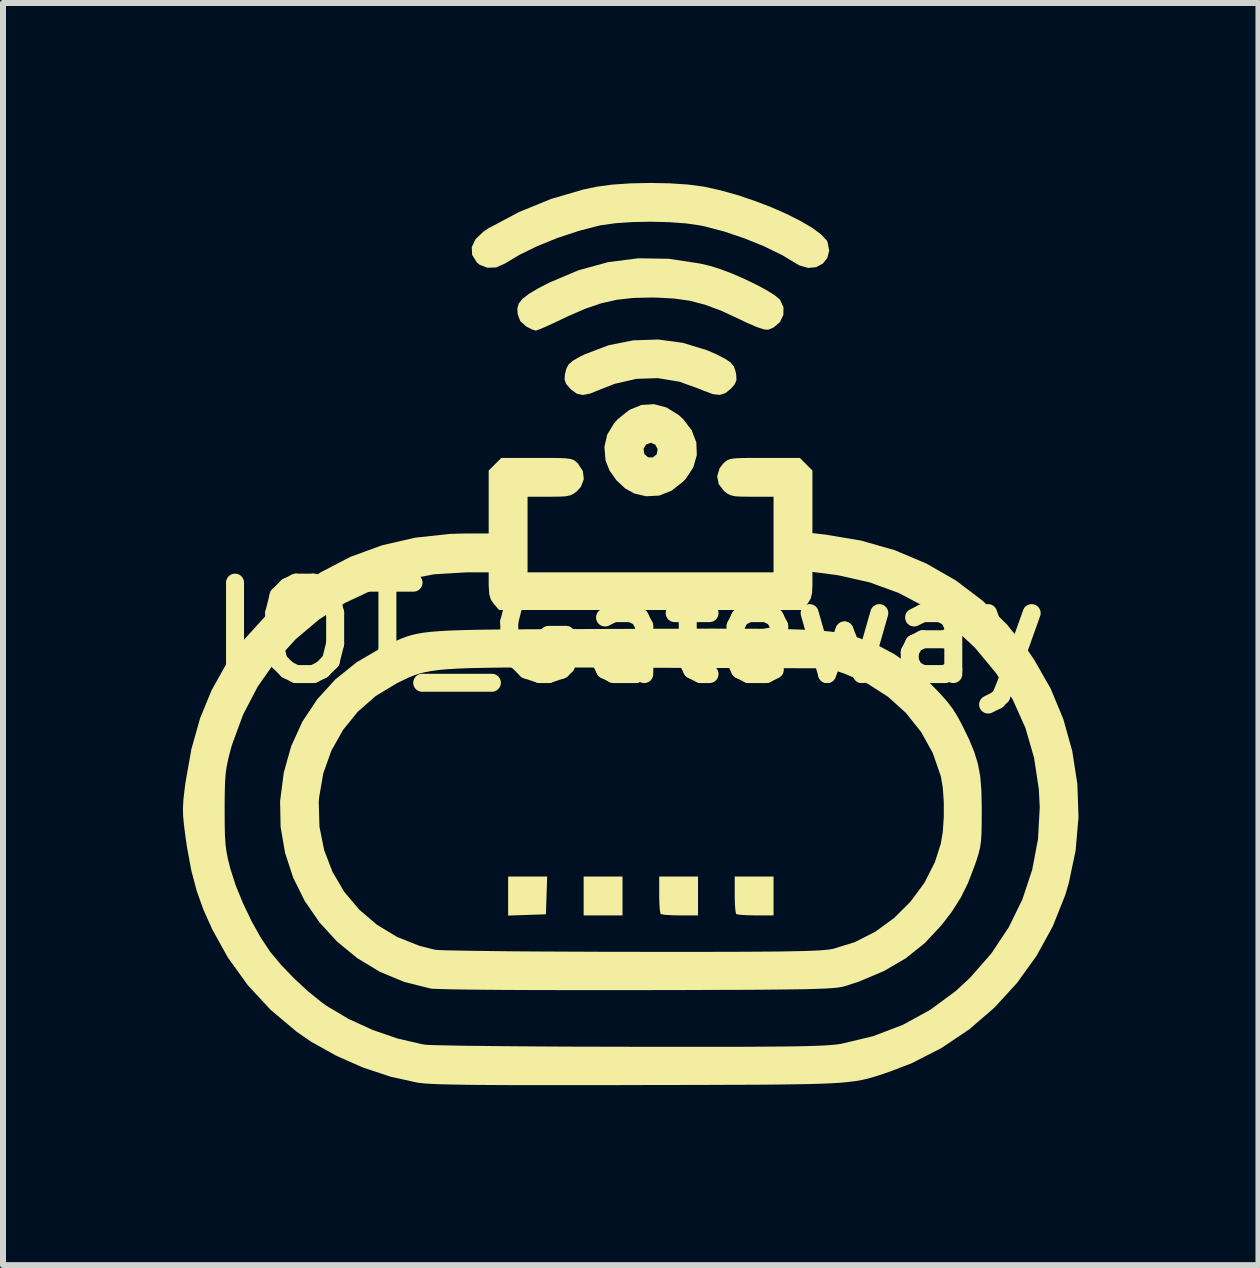
<source format=kicad_pcb>
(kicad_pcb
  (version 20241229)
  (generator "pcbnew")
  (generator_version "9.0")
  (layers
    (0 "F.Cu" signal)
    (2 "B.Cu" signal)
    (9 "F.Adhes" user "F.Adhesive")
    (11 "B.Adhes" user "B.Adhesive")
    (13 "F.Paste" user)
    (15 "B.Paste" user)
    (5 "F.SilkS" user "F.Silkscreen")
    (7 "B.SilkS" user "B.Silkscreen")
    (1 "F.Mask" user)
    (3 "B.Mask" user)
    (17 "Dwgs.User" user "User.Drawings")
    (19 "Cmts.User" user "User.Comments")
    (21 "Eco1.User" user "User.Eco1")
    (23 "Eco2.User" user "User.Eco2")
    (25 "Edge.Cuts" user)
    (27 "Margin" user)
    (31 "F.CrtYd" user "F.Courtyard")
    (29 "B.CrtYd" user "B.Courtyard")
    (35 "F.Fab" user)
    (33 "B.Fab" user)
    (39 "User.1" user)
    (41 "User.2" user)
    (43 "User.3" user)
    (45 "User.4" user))
  (footprint "IOT_Gateway"
    (layer "F.Cu")
    (at 7.436 7.498)
    (property "Reference" "IOT_Gateway" (at 0 0 0) (layer "F.SilkS") (effects (font (size 1.524 1.524) (thickness 0.3))))
    (attr board_only exclude_from_pos_files exclude_from_bom)
    (fp_poly (pts (xy -0.108 4.713) (xy -0.756 4.713) (xy -0.756 4.065) (xy -0.108 4.065)) (stroke (width 0) (type solid)) (fill yes) (layer "F.SilkS"))
    (fp_poly (pts (xy -1.385 4.695) (xy -1.7 4.705) (xy -2.015 4.716) (xy -2.015 4.065) (xy -1.364 4.065)) (stroke (width 0) (type solid)) (fill yes) (layer "F.SilkS"))
    (fp_poly (pts (xy 1.151 4.713) (xy 0.851 4.713) (xy 0.711 4.71) (xy 0.599 4.703) (xy 0.535 4.693) (xy 0.528 4.689) (xy 0.517 4.644) (xy 0.508 4.546) (xy 0.504 4.413) (xy 0.504 4.365) (xy 0.504 4.065) (xy 1.151 4.065)) (stroke (width 0) (type solid)) (fill yes) (layer "F.SilkS"))
    (fp_poly (pts (xy 2.41 4.713) (xy 2.111 4.713) (xy 1.97 4.71) (xy 1.859 4.703) (xy 1.794 4.693) (xy 1.787 4.689) (xy 1.776 4.644) (xy 1.767 4.546) (xy 1.763 4.413) (xy 1.763 4.365) (xy 1.763 4.065) (xy 2.41 4.065)) (stroke (width 0) (type solid)) (fill yes) (layer "F.SilkS"))
    (fp_poly (pts (xy 0.9 -4.832) (xy 1.303 -4.709) (xy 1.454 -4.643) (xy 1.6 -4.568) (xy 1.693 -4.506) (xy 1.748 -4.44) (xy 1.777 -4.356) (xy 1.787 -4.304) (xy 1.792 -4.212) (xy 1.762 -4.14) (xy 1.698 -4.067) (xy 1.607 -3.994) (xy 1.514 -3.964) (xy 1.4 -3.977) (xy 1.25 -4.032) (xy 1.206 -4.052) (xy 0.843 -4.184) (xy 0.482 -4.244) (xy 0.123 -4.232) (xy -0.238 -4.149) (xy -0.487 -4.052) (xy -0.649 -3.986) (xy -0.77 -3.963) (xy -0.866 -3.983) (xy -0.956 -4.046) (xy -0.979 -4.067) (xy -1.049 -4.149) (xy -1.074 -4.222) (xy -1.068 -4.304) (xy -1.045 -4.401) (xy -1.005 -4.474) (xy -0.932 -4.537) (xy -0.814 -4.604) (xy -0.734 -4.643) (xy -0.338 -4.793) (xy 0.072 -4.874) (xy 0.487 -4.888)) (stroke (width 0) (type solid)) (fill yes) (layer "F.SilkS"))
    (fp_poly (pts (xy 0.625 -3.755) (xy 0.826 -3.631) (xy 0.904 -3.56) (xy 1.047 -3.373) (xy 1.123 -3.17) (xy 1.131 -2.961) (xy 1.072 -2.756) (xy 0.946 -2.565) (xy 0.904 -2.521) (xy 0.71 -2.368) (xy 0.504 -2.286) (xy 0.285 -2.275) (xy 0.09 -2.32) (xy -0.065 -2.406) (xy -0.209 -2.541) (xy -0.324 -2.702) (xy -0.39 -2.868) (xy -0.391 -2.87) (xy -0.407 -3.065) (xy 0.243 -3.065) (xy 0.255 -2.98) (xy 0.256 -2.978) (xy 0.319 -2.924) (xy 0.398 -2.922) (xy 0.462 -2.974) (xy 0.463 -2.976) (xy 0.477 -3.06) (xy 0.44 -3.133) (xy 0.366 -3.166) (xy 0.36 -3.166) (xy 0.283 -3.136) (xy 0.243 -3.065) (xy -0.407 -3.065) (xy -0.41 -3.097) (xy -0.363 -3.302) (xy -0.248 -3.492) (xy -0.185 -3.562) (xy 0.005 -3.714) (xy 0.207 -3.797) (xy 0.417 -3.81)) (stroke (width 0) (type solid)) (fill yes) (layer "F.SilkS"))
    (fp_poly (pts (xy 0.663 -6.234) (xy 1.183 -6.155) (xy 1.349 -6.116) (xy 1.518 -6.063) (xy 1.71 -5.991) (xy 1.911 -5.904) (xy 2.105 -5.811) (xy 2.279 -5.719) (xy 2.418 -5.634) (xy 2.506 -5.564) (xy 2.518 -5.551) (xy 2.576 -5.426) (xy 2.573 -5.296) (xy 2.515 -5.177) (xy 2.409 -5.087) (xy 2.32 -5.051) (xy 2.247 -5.057) (xy 2.122 -5.099) (xy 1.942 -5.178) (xy 1.83 -5.232) (xy 1.532 -5.37) (xy 1.268 -5.468) (xy 1.016 -5.534) (xy 0.752 -5.571) (xy 0.455 -5.587) (xy 0.378 -5.588) (xy 0.071 -5.581) (xy -0.2 -5.551) (xy -0.458 -5.493) (xy -0.724 -5.403) (xy -1.019 -5.275) (xy -1.106 -5.233) (xy -1.264 -5.158) (xy -1.401 -5.096) (xy -1.502 -5.054) (xy -1.554 -5.037) (xy -1.556 -5.037) (xy -1.615 -5.055) (xy -1.7 -5.098) (xy -1.716 -5.107) (xy -1.813 -5.195) (xy -1.855 -5.308) (xy -1.862 -5.403) (xy -1.838 -5.487) (xy -1.776 -5.566) (xy -1.667 -5.65) (xy -1.506 -5.745) (xy -1.329 -5.836) (xy -0.841 -6.043) (xy -0.347 -6.178) (xy 0.154 -6.242)) (stroke (width 0) (type solid)) (fill yes) (layer "F.SilkS"))
    (fp_poly (pts (xy 0.675 -7.492) (xy 0.98 -7.472) (xy 1.239 -7.438) (xy 1.246 -7.437) (xy 1.518 -7.377) (xy 1.802 -7.298) (xy 2.088 -7.202) (xy 2.366 -7.096) (xy 2.626 -6.982) (xy 2.858 -6.865) (xy 3.053 -6.751) (xy 3.201 -6.642) (xy 3.293 -6.544) (xy 3.31 -6.513) (xy 3.338 -6.37) (xy 3.307 -6.248) (xy 3.231 -6.153) (xy 3.12 -6.094) (xy 2.987 -6.081) (xy 2.846 -6.121) (xy 2.788 -6.154) (xy 2.546 -6.299) (xy 2.254 -6.441) (xy 1.931 -6.572) (xy 1.599 -6.685) (xy 1.279 -6.77) (xy 1.197 -6.788) (xy 0.956 -6.823) (xy 0.672 -6.844) (xy 0.366 -6.852) (xy 0.061 -6.846) (xy -0.222 -6.827) (xy -0.46 -6.794) (xy -0.495 -6.787) (xy -0.839 -6.698) (xy -1.189 -6.582) (xy -1.526 -6.446) (xy -1.831 -6.297) (xy -2.069 -6.154) (xy -2.213 -6.09) (xy -2.36 -6.084) (xy -2.49 -6.134) (xy -2.538 -6.175) (xy -2.615 -6.3) (xy -2.621 -6.429) (xy -2.56 -6.558) (xy -2.43 -6.683) (xy -2.341 -6.743) (xy -1.832 -7.014) (xy -1.297 -7.232) (xy -0.755 -7.39) (xy -0.54 -7.435) (xy -0.283 -7.47) (xy 0.02 -7.491) (xy 0.347 -7.498)) (stroke (width 0) (type solid)) (fill yes) (layer "F.SilkS"))
    (fp_poly (pts (xy 1.784 -0.067) (xy 2.127 -0.066) (xy 2.422 -0.063) (xy 2.675 -0.058) (xy 2.89 -0.051) (xy 3.072 -0.043) (xy 3.226 -0.032) (xy 3.356 -0.019) (xy 3.469 -0.004) (xy 3.568 0.015) (xy 3.658 0.036) (xy 3.744 0.061) (xy 3.832 0.088) (xy 3.85 0.094) (xy 4.154 0.213) (xy 4.428 0.36) (xy 4.691 0.547) (xy 4.96 0.786) (xy 5.021 0.845) (xy 5.183 1.011) (xy 5.305 1.148) (xy 5.4 1.273) (xy 5.482 1.406) (xy 5.548 1.529) (xy 5.669 1.776) (xy 5.757 1.99) (xy 5.818 2.19) (xy 5.856 2.397) (xy 5.875 2.632) (xy 5.881 2.915) (xy 5.881 2.968) (xy 5.88 3.187) (xy 5.877 3.351) (xy 5.868 3.477) (xy 5.853 3.583) (xy 5.828 3.685) (xy 5.792 3.8) (xy 5.762 3.885) (xy 5.652 4.173) (xy 5.53 4.419) (xy 5.381 4.653) (xy 5.215 4.87) (xy 4.934 5.172) (xy 4.616 5.427) (xy 4.253 5.639) (xy 3.837 5.815) (xy 3.598 5.893) (xy 3.558 5.903) (xy 3.508 5.912) (xy 3.444 5.92) (xy 3.361 5.927) (xy 3.254 5.933) (xy 3.119 5.938) (xy 2.951 5.943) (xy 2.746 5.946) (xy 2.499 5.949) (xy 2.205 5.952) (xy 1.86 5.954) (xy 1.46 5.955) (xy 1 5.957) (xy 0.474 5.958) (xy 0.144 5.959) (xy -0.365 5.959) (xy -0.849 5.959) (xy -1.305 5.958) (xy -1.727 5.957) (xy -2.11 5.955) (xy -2.449 5.952) (xy -2.739 5.949) (xy -2.976 5.945) (xy -3.154 5.94) (xy -3.268 5.936) (xy -3.308 5.932) (xy -3.745 5.823) (xy -4.154 5.653) (xy -4.528 5.427) (xy -4.865 5.151) (xy -5.159 4.831) (xy -5.405 4.474) (xy -5.598 4.085) (xy -5.734 3.67) (xy -5.808 3.236) (xy -5.816 2.829) (xy -5.172 2.829) (xy -5.16 3.236) (xy -5.082 3.624) (xy -4.943 3.987) (xy -4.747 4.32) (xy -4.498 4.616) (xy -4.203 4.868) (xy -3.865 5.073) (xy -3.489 5.222) (xy -3.235 5.285) (xy -3.176 5.29) (xy -3.05 5.295) (xy -2.863 5.299) (xy -2.621 5.303) (xy -2.329 5.307) (xy -1.993 5.311) (xy -1.618 5.314) (xy -1.21 5.316) (xy -0.774 5.318) (xy -0.316 5.32) (xy 0.036 5.32) (xy 0.598 5.321) (xy 1.092 5.321) (xy 1.523 5.32) (xy 1.897 5.319) (xy 2.216 5.317) (xy 2.487 5.315) (xy 2.713 5.311) (xy 2.9 5.307) (xy 3.051 5.302) (xy 3.172 5.296) (xy 3.266 5.289) (xy 3.339 5.281) (xy 3.396 5.272) (xy 3.4 5.271) (xy 3.764 5.159) (xy 4.106 4.985) (xy 4.42 4.756) (xy 4.695 4.482) (xy 4.925 4.17) (xy 5.099 3.828) (xy 5.198 3.519) (xy 5.232 3.314) (xy 5.248 3.071) (xy 5.248 2.817) (xy 5.231 2.58) (xy 5.198 2.391) (xy 5.065 2.007) (xy 4.87 1.655) (xy 4.619 1.34) (xy 4.318 1.068) (xy 3.974 0.847) (xy 3.591 0.682) (xy 3.58 0.678) (xy 3.328 0.594) (xy 0.184 0.584) (xy -0.395 0.582) (xy -0.907 0.58) (xy -1.357 0.579) (xy -1.749 0.58) (xy -2.089 0.581) (xy -2.381 0.585) (xy -2.63 0.59) (xy -2.841 0.598) (xy -3.019 0.608) (xy -3.168 0.621) (xy -3.294 0.638) (xy -3.402 0.658) (xy -3.495 0.682) (xy -3.58 0.71) (xy -3.661 0.742) (xy -3.742 0.78) (xy -3.829 0.822) (xy -3.876 0.846) (xy -4.222 1.055) (xy -4.521 1.317) (xy -4.769 1.623) (xy -4.962 1.967) (xy -5.096 2.344) (xy -5.166 2.745) (xy -5.172 2.829) (xy -5.816 2.829) (xy -5.816 2.806) (xy -5.756 2.335) (xy -5.632 1.893) (xy -5.445 1.483) (xy -5.198 1.11) (xy -4.895 0.778) (xy -4.538 0.491) (xy -4.13 0.253) (xy -4.06 0.219) (xy -3.962 0.174) (xy -3.876 0.133) (xy -3.796 0.098) (xy -3.717 0.068) (xy -3.634 0.042) (xy -3.543 0.02) (xy -3.437 0.001) (xy -3.313 -0.014) (xy -3.165 -0.026) (xy -2.988 -0.036) (xy -2.778 -0.043) (xy -2.528 -0.049) (xy -2.235 -0.053) (xy -1.893 -0.056) (xy -1.497 -0.058) (xy -1.042 -0.06) (xy -0.524 -0.062) (xy -0.162 -0.063) (xy 0.42 -0.066) (xy 0.935 -0.067) (xy 1.388 -0.068)) (stroke (width 0) (type solid)) (fill yes) (layer "F.SilkS"))
    (fp_poly (pts (xy -1.318 -2.914) (xy -1.159 -2.912) (xy -1.049 -2.907) (xy -0.975 -2.897) (xy -0.925 -2.88) (xy -0.888 -2.855) (xy -0.851 -2.82) (xy -0.85 -2.819) (xy -0.769 -2.694) (xy -0.753 -2.559) (xy -0.802 -2.431) (xy -0.866 -2.36) (xy -0.923 -2.317) (xy -0.98 -2.289) (xy -1.056 -2.274) (xy -1.169 -2.268) (xy -1.334 -2.267) (xy -1.691 -2.267) (xy -1.691 -1.007) (xy 2.41 -1.007) (xy 2.41 -2.267) (xy 2.053 -2.267) (xy 1.887 -2.268) (xy 1.775 -2.274) (xy 1.699 -2.29) (xy 1.642 -2.317) (xy 1.586 -2.36) (xy 1.496 -2.476) (xy 1.47 -2.609) (xy 1.511 -2.742) (xy 1.57 -2.819) (xy 1.607 -2.854) (xy 1.644 -2.879) (xy 1.693 -2.896) (xy 1.767 -2.907) (xy 1.877 -2.912) (xy 2.034 -2.914) (xy 2.252 -2.914) (xy 2.848 -2.914) (xy 3.058 -2.704) (xy 3.058 -1.66) (xy 3.265 -1.637) (xy 3.865 -1.537) (xy 4.43 -1.376) (xy 4.958 -1.153) (xy 5.448 -0.872) (xy 5.897 -0.532) (xy 6.304 -0.134) (xy 6.666 0.319) (xy 6.754 0.449) (xy 7.029 0.93) (xy 7.241 1.441) (xy 7.39 1.974) (xy 7.475 2.522) (xy 7.494 3.077) (xy 7.446 3.631) (xy 7.331 4.178) (xy 7.271 4.379) (xy 7.064 4.897) (xy 6.795 5.386) (xy 6.47 5.838) (xy 6.094 6.249) (xy 5.672 6.613) (xy 5.209 6.924) (xy 4.712 7.178) (xy 4.346 7.318) (xy 4.241 7.354) (xy 4.147 7.385) (xy 4.059 7.412) (xy 3.973 7.436) (xy 3.883 7.456) (xy 3.784 7.474) (xy 3.672 7.488) (xy 3.542 7.501) (xy 3.388 7.511) (xy 3.207 7.519) (xy 2.993 7.525) (xy 2.741 7.529) (xy 2.446 7.533) (xy 2.104 7.536) (xy 1.709 7.537) (xy 1.257 7.539) (xy 0.743 7.54) (xy 0.162 7.541) (xy -0.438 7.543) (xy -0.97 7.543) (xy -1.439 7.543) (xy -1.848 7.543) (xy -2.202 7.541) (xy -2.504 7.539) (xy -2.76 7.536) (xy -2.973 7.532) (xy -3.147 7.528) (xy -3.287 7.522) (xy -3.397 7.515) (xy -3.48 7.507) (xy -3.526 7.501) (xy -3.974 7.402) (xy -4.433 7.25) (xy -4.881 7.052) (xy -5.297 6.82) (xy -5.536 6.656) (xy -5.975 6.287) (xy -6.357 5.874) (xy -6.688 5.414) (xy -6.946 4.948) (xy -7.093 4.622) (xy -7.208 4.3) (xy -7.297 3.962) (xy -7.367 3.584) (xy -7.394 3.402) (xy -7.419 3.206) (xy -7.433 3.055) (xy -7.436 2.95) (xy -6.741 2.95) (xy -6.74 3.188) (xy -6.736 3.372) (xy -6.727 3.517) (xy -6.712 3.641) (xy -6.689 3.761) (xy -6.656 3.895) (xy -6.644 3.94) (xy -6.556 4.214) (xy -6.434 4.512) (xy -6.291 4.811) (xy -6.137 5.086) (xy -5.984 5.316) (xy -5.976 5.327) (xy -5.798 5.54) (xy -5.583 5.763) (xy -5.353 5.976) (xy -5.129 6.158) (xy -5.037 6.224) (xy -4.676 6.438) (xy -4.275 6.622) (xy -3.86 6.765) (xy -3.455 6.859) (xy -3.397 6.868) (xy -3.33 6.873) (xy -3.196 6.877) (xy -3.001 6.881) (xy -2.752 6.886) (xy -2.452 6.889) (xy -2.108 6.893) (xy -1.726 6.896) (xy -1.311 6.899) (xy -0.868 6.901) (xy -0.404 6.902) (xy 0.022 6.903) (xy 0.593 6.904) (xy 1.097 6.904) (xy 1.537 6.904) (xy 1.92 6.903) (xy 2.249 6.901) (xy 2.53 6.899) (xy 2.766 6.896) (xy 2.963 6.892) (xy 3.125 6.887) (xy 3.256 6.881) (xy 3.362 6.874) (xy 3.447 6.866) (xy 3.516 6.857) (xy 3.536 6.854) (xy 4.068 6.727) (xy 4.564 6.538) (xy 5.023 6.287) (xy 5.446 5.974) (xy 5.686 5.752) (xy 6.039 5.35) (xy 6.33 4.913) (xy 6.559 4.445) (xy 6.722 3.952) (xy 6.819 3.439) (xy 6.848 2.912) (xy 6.833 2.612) (xy 6.753 2.084) (xy 6.609 1.587) (xy 6.4 1.12) (xy 6.124 0.68) (xy 5.782 0.267) (xy 5.754 0.237) (xy 5.362 -0.128) (xy 4.944 -0.427) (xy 4.496 -0.663) (xy 4.013 -0.839) (xy 3.49 -0.957) (xy 3.265 -0.988) (xy 3.058 -1.013) (xy 3.058 -0.796) (xy 3.052 -0.659) (xy 3.029 -0.567) (xy 2.982 -0.491) (xy 2.971 -0.479) (xy 2.884 -0.378) (xy -2.165 -0.378) (xy -2.252 -0.479) (xy -2.304 -0.555) (xy -2.33 -0.644) (xy -2.338 -0.774) (xy -2.339 -0.794) (xy -2.339 -1.007) (xy -2.696 -1.007) (xy -3.246 -0.974) (xy -3.772 -0.875) (xy -4.27 -0.715) (xy -4.735 -0.496) (xy -5.165 -0.222) (xy -5.553 0.105) (xy -5.897 0.481) (xy -6.192 0.902) (xy -6.434 1.367) (xy -6.619 1.871) (xy -6.647 1.971) (xy -6.682 2.109) (xy -6.707 2.23) (xy -6.724 2.351) (xy -6.734 2.49) (xy -6.739 2.664) (xy -6.741 2.888) (xy -6.741 2.95) (xy -7.436 2.95) (xy -7.436 2.924) (xy -7.429 2.789) (xy -7.41 2.622) (xy -7.394 2.497) (xy -7.294 1.935) (xy -7.15 1.425) (xy -6.957 0.956) (xy -6.712 0.519) (xy -6.408 0.105) (xy -6.048 -0.291) (xy -5.61 -0.681) (xy -5.143 -1.005) (xy -4.646 -1.264) (xy -4.118 -1.457) (xy -3.561 -1.585) (xy -2.973 -1.648) (xy -2.69 -1.655) (xy -2.339 -1.655) (xy -2.339 -2.704) (xy -2.128 -2.914) (xy -1.537 -2.914)) (stroke (width 0) (type solid)) (fill yes) (layer "F.SilkS")))
  (gr_rect
    (start -3 -3)
    (end 17.93 18.041)
    (stroke (width 0.1) (type default))
    (fill no)
    (layer "Edge.Cuts")))
</source>
